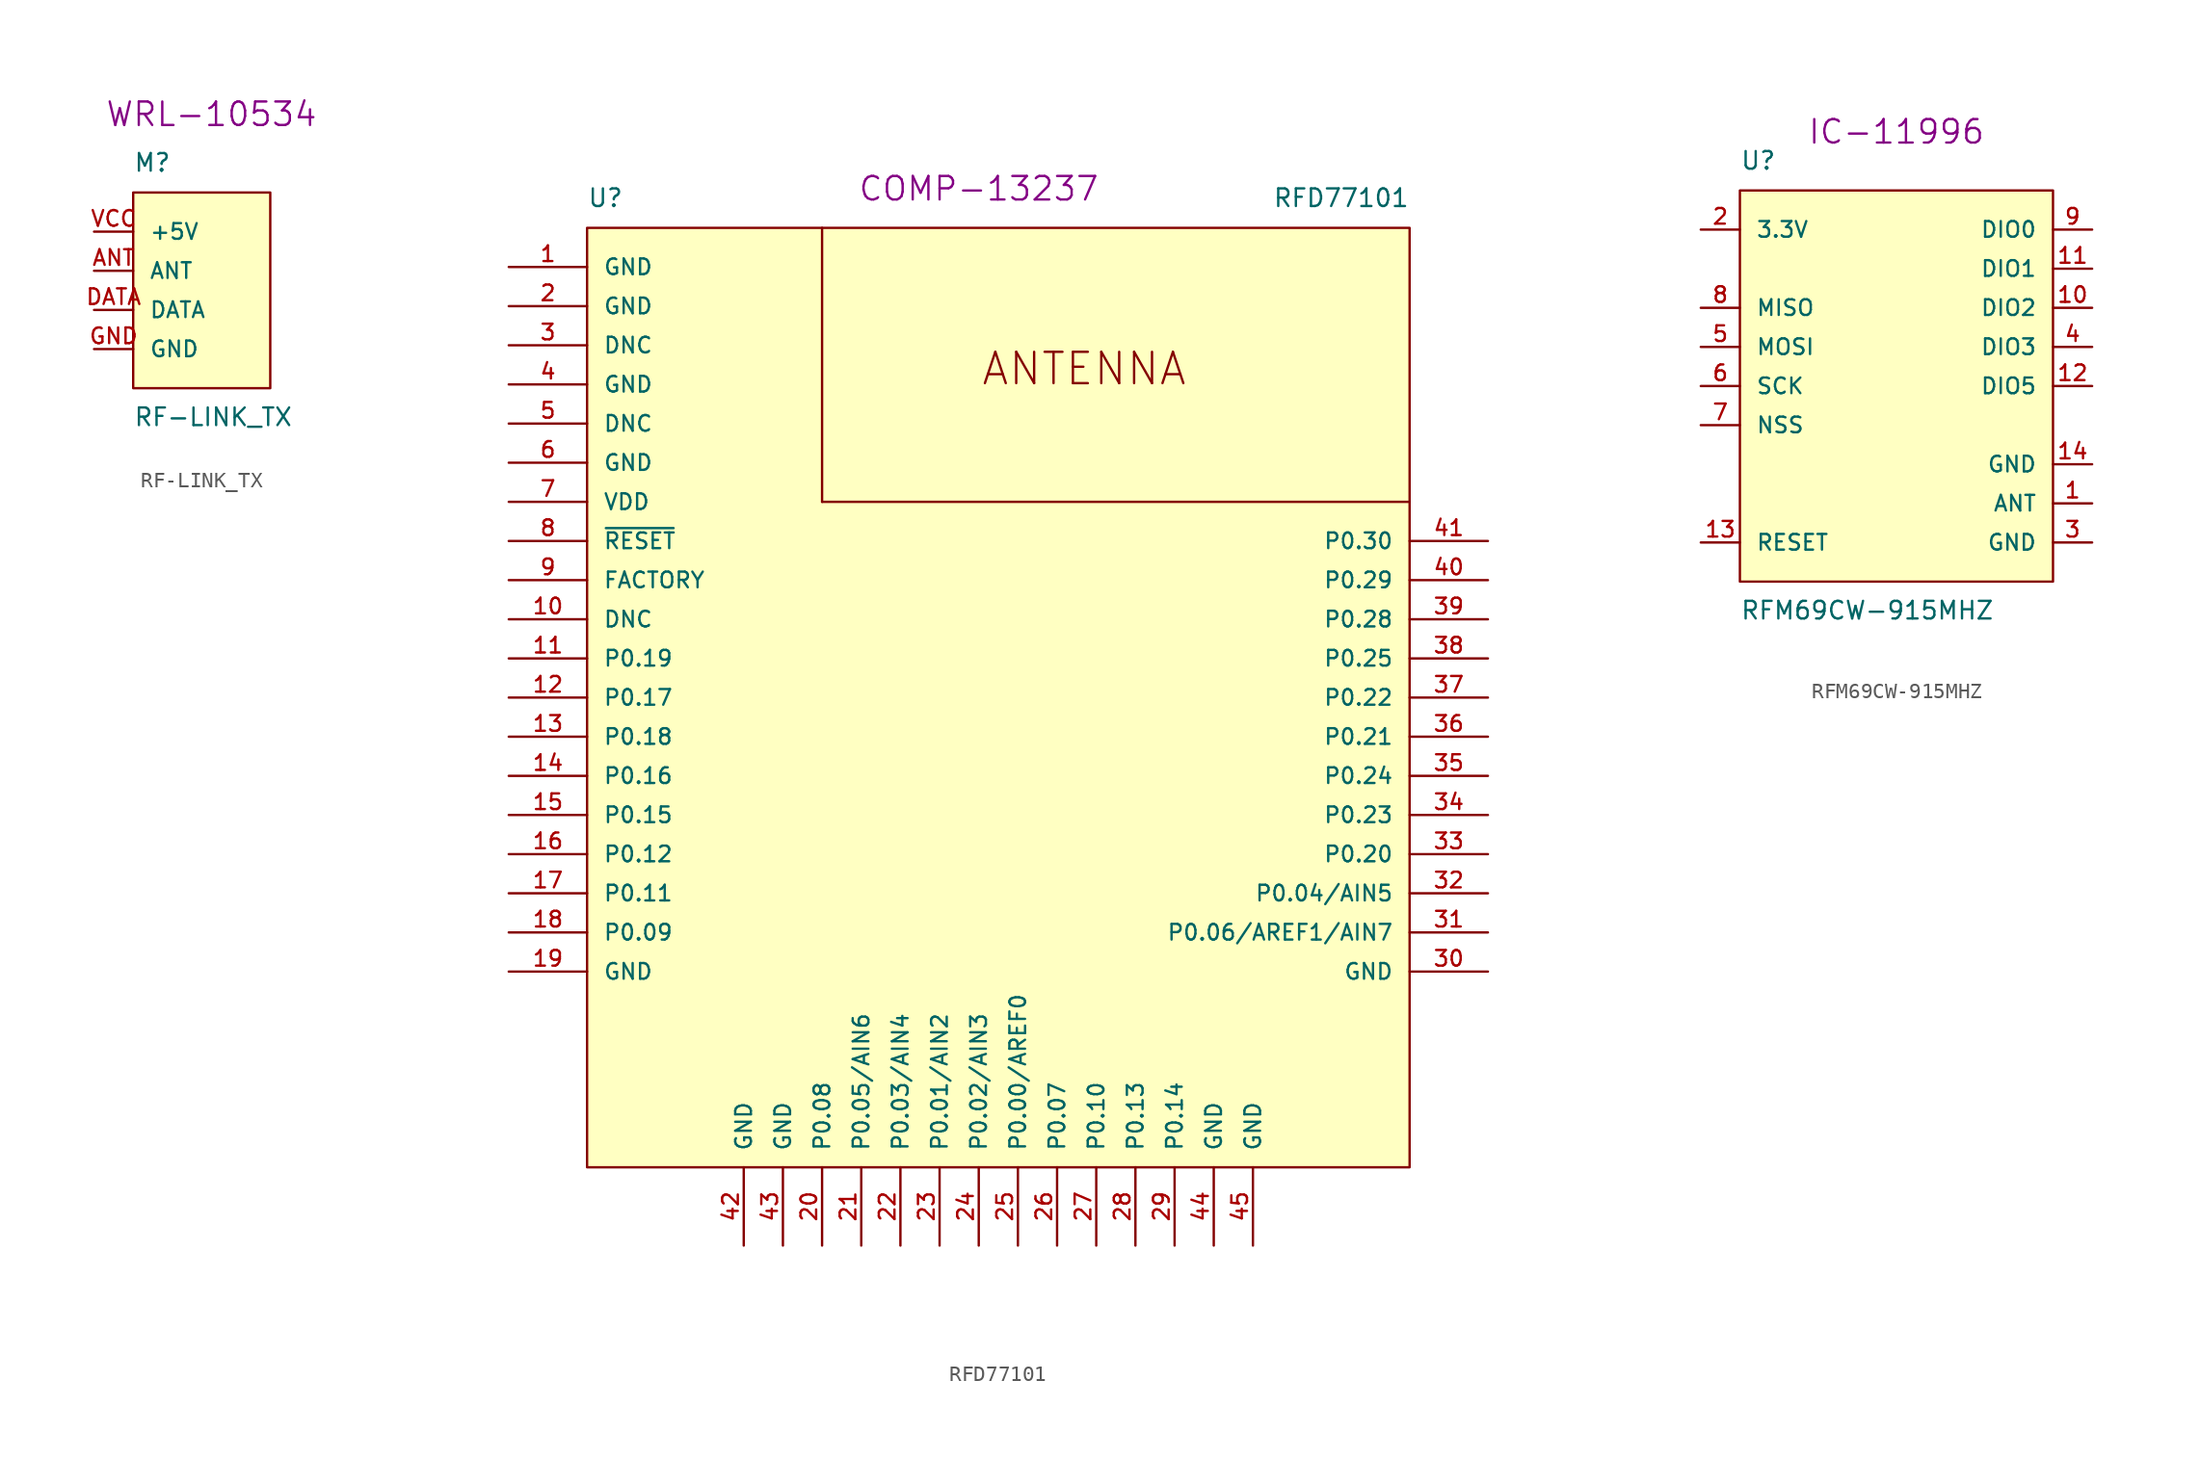
<source format=kicad_sym>
(kicad_symbol_lib
  (version 20201005)
  (generator kicad_symbol_editor)
  (symbol "RF-LINK_TX"
    (pin_names
      (offset 1.016))
    (property "Reference" "M"
      (at -5.08 8.89 0)
      (effects (font (size 1.143 1.143)) (justify left bottom)))
    (property "Value" "RF-LINK_TX"
      (at -5.08 -7.62 0)
      (effects (font (size 1.143 1.143)) (justify left bottom)))
    (property "Field4" "WRL-10534"
      (at 0 12.7 0)
      (effects (font (size 1.524 1.524))))
    (property "ki_locked" ""
      (at 0 0 0)
      (effects (font (size 1.27 1.27))))
    (symbol "RF-LINK_TX_1_0"
      (rectangle (start -5.08 7.62) (end 3.81 -5.08) (stroke (width 0)) (fill (type background))))
    (symbol "RF-LINK_TX_1_1"
      (pin power_in line (at -7.62 5.08 0) (length 2.54) (name "+5V" (effects (font (size 1.016 1.016)))) (number "VCC" (effects (font (size 1.016 1.016)))))
      (pin power_in line (at -7.62 -2.54 0) (length 2.54) (name "GND" (effects (font (size 1.016 1.016)))) (number "GND" (effects (font (size 1.016 1.016)))))
      (pin passive line (at -7.62 2.54 0) (length 2.54) (name "ANT" (effects (font (size 1.016 1.016)))) (number "ANT" (effects (font (size 1.016 1.016)))))
      (pin input line (at -7.62 0 0) (length 2.54) (name "DATA" (effects (font (size 1.016 1.016)))) (number "DATA" (effects (font (size 1.016 1.016)))))))
  (symbol "RFD77101"
    (pin_names
      (offset 1.016))
    (property "Reference" "U"
      (at -25.4 34.29 0)
      (effects (font (size 1.143 1.143)) (justify left bottom)))
    (property "Value" "RFD77101"
      (at 19.05 34.29 0)
      (effects (font (size 1.143 1.143)) (justify left bottom)))
    (property "Field4" "COMP-13237"
      (at 0 35.56 0)
      (effects (font (size 1.524 1.524))))
    (property "ki_locked" ""
      (at 0 0 0)
      (effects (font (size 1.27 1.27))))
    (symbol "RFD77101_1_0"
      (text "ANTENNA" (at 6.833 23.876 0) (effects (font (size 2.032 2.032))))
      (polyline (pts (xy -10.16 15.24) (xy -10.16 33.02)) (stroke (width 0)) (fill (type none)))
      (polyline (pts (xy 27.94 15.24) (xy -10.16 15.24)) (stroke (width 0)) (fill (type none))))
    (symbol "RFD77101_1_1"
      (polyline (pts (xy -25.4 33.02) (xy -25.4 -27.94) (xy 27.94 -27.94) (xy 27.94 15.24) (xy 27.94 33.02) (xy -10.16 33.02) (xy -25.4 33.02)) (stroke (width 0)) (fill (type background)))
      (pin power_in line (at -30.48 30.48 0) (length 5.08) (name "GND" (effects (font (size 1.016 1.016)))) (number "1" (effects (font (size 1.016 1.016)))))
      (pin power_in line (at -30.48 27.94 0) (length 5.08) (name "GND" (effects (font (size 1.016 1.016)))) (number "2" (effects (font (size 1.016 1.016)))))
      (pin unspecified line (at -30.48 25.4 0) (length 5.08) (name "DNC" (effects (font (size 1.016 1.016)))) (number "3" (effects (font (size 1.016 1.016)))))
      (pin power_in line (at -30.48 22.86 0) (length 5.08) (name "GND" (effects (font (size 1.016 1.016)))) (number "4" (effects (font (size 1.016 1.016)))))
      (pin unspecified line (at -30.48 20.32 0) (length 5.08) (name "DNC" (effects (font (size 1.016 1.016)))) (number "5" (effects (font (size 1.016 1.016)))))
      (pin power_in line (at -30.48 17.78 0) (length 5.08) (name "GND" (effects (font (size 1.016 1.016)))) (number "6" (effects (font (size 1.016 1.016)))))
      (pin power_in line (at -30.48 15.24 0) (length 5.08) (name "VDD" (effects (font (size 1.016 1.016)))) (number "7" (effects (font (size 1.016 1.016)))))
      (pin input line (at -30.48 12.7 0) (length 5.08) (name "~RESET~" (effects (font (size 1.016 1.016)))) (number "8" (effects (font (size 1.016 1.016)))))
      (pin unspecified line (at -30.48 10.16 0) (length 5.08) (name "FACTORY" (effects (font (size 1.016 1.016)))) (number "9" (effects (font (size 1.016 1.016)))))
      (pin unspecified line (at -30.48 7.62 0) (length 5.08) (name "DNC" (effects (font (size 1.016 1.016)))) (number "10" (effects (font (size 1.016 1.016)))))
      (pin bidirectional line (at -10.16 -33.02 90) (length 5.08) (name "P0.08" (effects (font (size 1.016 1.016)))) (number "20" (effects (font (size 1.016 1.016)))))
      (pin power_in line (at 33.02 -15.24 180) (length 5.08) (name "GND" (effects (font (size 1.016 1.016)))) (number "30" (effects (font (size 1.016 1.016)))))
      (pin bidirectional line (at 33.02 10.16 180) (length 5.08) (name "P0.29" (effects (font (size 1.016 1.016)))) (number "40" (effects (font (size 1.016 1.016)))))
      (pin bidirectional line (at -30.48 5.08 0) (length 5.08) (name "P0.19" (effects (font (size 1.016 1.016)))) (number "11" (effects (font (size 1.016 1.016)))))
      (pin bidirectional line (at -7.62 -33.02 90) (length 5.08) (name "P0.05/AIN6" (effects (font (size 1.016 1.016)))) (number "21" (effects (font (size 1.016 1.016)))))
      (pin bidirectional line (at 33.02 -12.7 180) (length 5.08) (name "P0.06/AREF1/AIN7" (effects (font (size 1.016 1.016)))) (number "31" (effects (font (size 1.016 1.016)))))
      (pin bidirectional line (at 33.02 12.7 180) (length 5.08) (name "P0.30" (effects (font (size 1.016 1.016)))) (number "41" (effects (font (size 1.016 1.016)))))
      (pin bidirectional line (at -30.48 2.54 0) (length 5.08) (name "P0.17" (effects (font (size 1.016 1.016)))) (number "12" (effects (font (size 1.016 1.016)))))
      (pin bidirectional line (at -5.08 -33.02 90) (length 5.08) (name "P0.03/AIN4" (effects (font (size 1.016 1.016)))) (number "22" (effects (font (size 1.016 1.016)))))
      (pin bidirectional line (at 33.02 -10.16 180) (length 5.08) (name "P0.04/AIN5" (effects (font (size 1.016 1.016)))) (number "32" (effects (font (size 1.016 1.016)))))
      (pin power_in line (at -15.24 -33.02 90) (length 5.08) (name "GND" (effects (font (size 1.016 1.016)))) (number "42" (effects (font (size 1.016 1.016)))))
      (pin bidirectional line (at -30.48 0 0) (length 5.08) (name "P0.18" (effects (font (size 1.016 1.016)))) (number "13" (effects (font (size 1.016 1.016)))))
      (pin bidirectional line (at -2.54 -33.02 90) (length 5.08) (name "P0.01/AIN2" (effects (font (size 1.016 1.016)))) (number "23" (effects (font (size 1.016 1.016)))))
      (pin bidirectional line (at 33.02 -7.62 180) (length 5.08) (name "P0.20" (effects (font (size 1.016 1.016)))) (number "33" (effects (font (size 1.016 1.016)))))
      (pin power_in line (at -12.7 -33.02 90) (length 5.08) (name "GND" (effects (font (size 1.016 1.016)))) (number "43" (effects (font (size 1.016 1.016)))))
      (pin bidirectional line (at -30.48 -2.54 0) (length 5.08) (name "P0.16" (effects (font (size 1.016 1.016)))) (number "14" (effects (font (size 1.016 1.016)))))
      (pin bidirectional line (at 0 -33.02 90) (length 5.08) (name "P0.02/AIN3" (effects (font (size 1.016 1.016)))) (number "24" (effects (font (size 1.016 1.016)))))
      (pin bidirectional line (at 33.02 -5.08 180) (length 5.08) (name "P0.23" (effects (font (size 1.016 1.016)))) (number "34" (effects (font (size 1.016 1.016)))))
      (pin power_in line (at 15.24 -33.02 90) (length 5.08) (name "GND" (effects (font (size 1.016 1.016)))) (number "44" (effects (font (size 1.016 1.016)))))
      (pin bidirectional line (at -30.48 -5.08 0) (length 5.08) (name "P0.15" (effects (font (size 1.016 1.016)))) (number "15" (effects (font (size 1.016 1.016)))))
      (pin bidirectional line (at 2.54 -33.02 90) (length 5.08) (name "P0.00/AREF0" (effects (font (size 1.016 1.016)))) (number "25" (effects (font (size 1.016 1.016)))))
      (pin bidirectional line (at 33.02 -2.54 180) (length 5.08) (name "P0.24" (effects (font (size 1.016 1.016)))) (number "35" (effects (font (size 1.016 1.016)))))
      (pin power_in line (at 17.78 -33.02 90) (length 5.08) (name "GND" (effects (font (size 1.016 1.016)))) (number "45" (effects (font (size 1.016 1.016)))))
      (pin bidirectional line (at -30.48 -7.62 0) (length 5.08) (name "P0.12" (effects (font (size 1.016 1.016)))) (number "16" (effects (font (size 1.016 1.016)))))
      (pin bidirectional line (at 5.08 -33.02 90) (length 5.08) (name "P0.07" (effects (font (size 1.016 1.016)))) (number "26" (effects (font (size 1.016 1.016)))))
      (pin bidirectional line (at 33.02 0 180) (length 5.08) (name "P0.21" (effects (font (size 1.016 1.016)))) (number "36" (effects (font (size 1.016 1.016)))))
      (pin bidirectional line (at -30.48 -10.16 0) (length 5.08) (name "P0.11" (effects (font (size 1.016 1.016)))) (number "17" (effects (font (size 1.016 1.016)))))
      (pin bidirectional line (at 7.62 -33.02 90) (length 5.08) (name "P0.10" (effects (font (size 1.016 1.016)))) (number "27" (effects (font (size 1.016 1.016)))))
      (pin bidirectional line (at 33.02 2.54 180) (length 5.08) (name "P0.22" (effects (font (size 1.016 1.016)))) (number "37" (effects (font (size 1.016 1.016)))))
      (pin bidirectional line (at -30.48 -12.7 0) (length 5.08) (name "P0.09" (effects (font (size 1.016 1.016)))) (number "18" (effects (font (size 1.016 1.016)))))
      (pin bidirectional line (at 10.16 -33.02 90) (length 5.08) (name "P0.13" (effects (font (size 1.016 1.016)))) (number "28" (effects (font (size 1.016 1.016)))))
      (pin bidirectional line (at 33.02 5.08 180) (length 5.08) (name "P0.25" (effects (font (size 1.016 1.016)))) (number "38" (effects (font (size 1.016 1.016)))))
      (pin power_in line (at -30.48 -15.24 0) (length 5.08) (name "GND" (effects (font (size 1.016 1.016)))) (number "19" (effects (font (size 1.016 1.016)))))
      (pin bidirectional line (at 12.7 -33.02 90) (length 5.08) (name "P0.14" (effects (font (size 1.016 1.016)))) (number "29" (effects (font (size 1.016 1.016)))))
      (pin bidirectional line (at 33.02 7.62 180) (length 5.08) (name "P0.28" (effects (font (size 1.016 1.016)))) (number "39" (effects (font (size 1.016 1.016)))))))
  (symbol "RFM69CW-915MHZ"
    (pin_names
      (offset 1.016))
    (property "Reference" "U"
      (at -10.16 13.97 0)
      (effects (font (size 1.143 1.143)) (justify left bottom)))
    (property "Value" "RFM69CW-915MHZ"
      (at -10.16 -15.24 0)
      (effects (font (size 1.143 1.143)) (justify left bottom)))
    (property "Field4" "IC-11996"
      (at 0 16.51 0)
      (effects (font (size 1.524 1.524))))
    (property "ki_locked" ""
      (at 0 0 0)
      (effects (font (size 1.27 1.27))))
    (symbol "RFM69CW-915MHZ_1_1"
      (polyline (pts (xy -10.16 12.7) (xy -10.16 -12.7) (xy 10.16 -12.7) (xy 10.16 12.7) (xy -10.16 12.7)) (stroke (width 0)) (fill (type background)))
      (pin passive line (at 12.7 -7.62 180) (length 2.54) (name "ANT" (effects (font (size 1.016 1.016)))) (number "1" (effects (font (size 1.016 1.016)))))
      (pin power_in line (at -12.7 10.16 0) (length 2.54) (name "3.3V" (effects (font (size 1.016 1.016)))) (number "2" (effects (font (size 1.016 1.016)))))
      (pin power_in line (at 12.7 -10.16 180) (length 2.54) (name "GND" (effects (font (size 1.016 1.016)))) (number "3" (effects (font (size 1.016 1.016)))))
      (pin bidirectional line (at 12.7 2.54 180) (length 2.54) (name "DIO3" (effects (font (size 1.016 1.016)))) (number "4" (effects (font (size 1.016 1.016)))))
      (pin input line (at -12.7 2.54 0) (length 2.54) (name "MOSI" (effects (font (size 1.016 1.016)))) (number "5" (effects (font (size 1.016 1.016)))))
      (pin input line (at -12.7 0 0) (length 2.54) (name "SCK" (effects (font (size 1.016 1.016)))) (number "6" (effects (font (size 1.016 1.016)))))
      (pin input line (at -12.7 -2.54 0) (length 2.54) (name "NSS" (effects (font (size 1.016 1.016)))) (number "7" (effects (font (size 1.016 1.016)))))
      (pin bidirectional line (at -12.7 5.08 0) (length 2.54) (name "MISO" (effects (font (size 1.016 1.016)))) (number "8" (effects (font (size 1.016 1.016)))))
      (pin bidirectional line (at 12.7 10.16 180) (length 2.54) (name "DIO0" (effects (font (size 1.016 1.016)))) (number "9" (effects (font (size 1.016 1.016)))))
      (pin bidirectional line (at 12.7 5.08 180) (length 2.54) (name "DIO2" (effects (font (size 1.016 1.016)))) (number "10" (effects (font (size 1.016 1.016)))))
      (pin bidirectional line (at 12.7 7.62 180) (length 2.54) (name "DIO1" (effects (font (size 1.016 1.016)))) (number "11" (effects (font (size 1.016 1.016)))))
      (pin bidirectional line (at 12.7 0 180) (length 2.54) (name "DIO5" (effects (font (size 1.016 1.016)))) (number "12" (effects (font (size 1.016 1.016)))))
      (pin input line (at -12.7 -10.16 0) (length 2.54) (name "RESET" (effects (font (size 1.016 1.016)))) (number "13" (effects (font (size 1.016 1.016)))))
      (pin power_in line (at 12.7 -5.08 180) (length 2.54) (name "GND" (effects (font (size 1.016 1.016)))) (number "14" (effects (font (size 1.016 1.016))))))))
</source>
